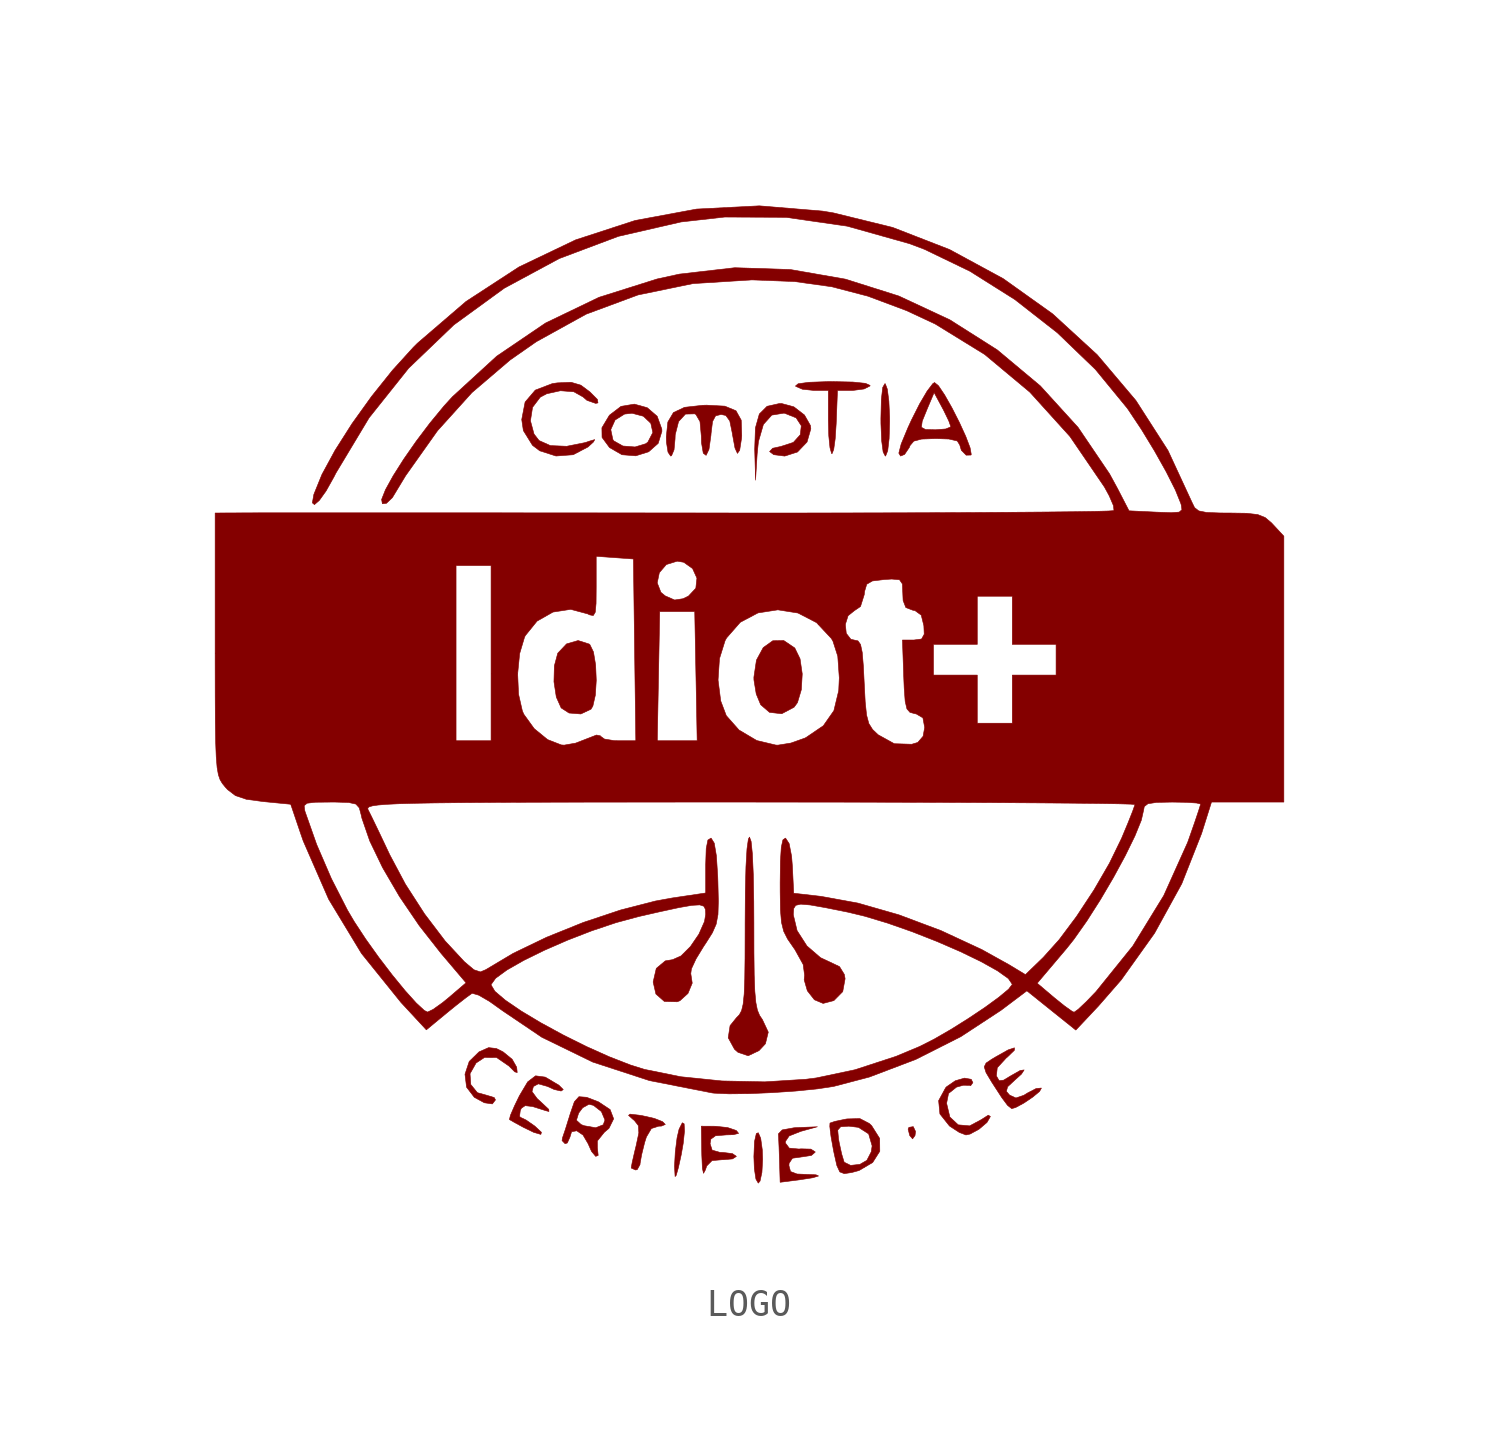
<source format=kicad_sym>
(kicad_symbol_lib
  (version 20220914)
  (generator "bitmap2component")
  (generator_version "9.0")
  (symbol "LOGO"
    (pin_names
      (offset 1.016))
    (property "Reference" "#G"
      (at 0 19.46 0)
      (effects (font (size 1.27 1.27)) hide))
    (symbol "LOGO_0_0"
      (polyline (pts (xy 0.387 -17.929) (xy 0.456 -17.612) (xy 0.482 -17.13) (xy 0.469 -16.779) (xy 0.411 -16.36) (xy 0.322 -16.156) (xy 0.251 -16.186) (xy 0.184 -16.477) (xy 0.161 -17.031) (xy 0.178 -17.475) (xy 0.236 -17.858) (xy 0.322 -18.005) (xy 0.387 -17.929)) (stroke (width 0.01) (type default)) (fill (type outline)))
      (polyline (pts (xy 1.808 -17.887) (xy 1.812 -17.887) (xy 2.321 -17.808) (xy 2.534 -17.743) (xy 2.441 -17.7) (xy 2.036 -17.683) (xy 1.742 -17.67) (xy 1.506 -17.58) (xy 1.447 -17.362) (xy 1.452 -17.279) (xy 1.576 -17.091) (xy 1.929 -17.041) (xy 1.935 -17.041) (xy 2.272 -16.989) (xy 2.411 -16.868) (xy 2.411 -16.858) (xy 2.253 -16.757) (xy 1.891 -16.747) (xy 1.815 -16.754) (xy 1.459 -16.721) (xy 1.32 -16.536) (xy 1.316 -16.479) (xy 1.456 -16.273) (xy 1.881 -16.105) (xy 2.492 -15.937) (xy 1.768 -15.966) (xy 1.632 -15.974) (xy 1.201 -16.052) (xy 1.061 -16.197) (xy 1.067 -16.3) (xy 1.084 -16.682) (xy 1.101 -17.186) (xy 1.125 -17.974) (xy 1.808 -17.887)) (stroke (width 0.01) (type default)) (fill (type outline)))
      (polyline (pts (xy -2.691 -17.722) (xy -2.609 -17.434) (xy -2.505 -16.96) (xy -2.433 -16.546) (xy -2.386 -16.096) (xy -2.399 -15.829) (xy -2.466 -15.79) (xy -2.585 -16.025) (xy -2.659 -16.344) (xy -2.724 -16.862) (xy -2.752 -17.39) (xy -2.731 -17.764) (xy -2.691 -17.722)) (stroke (width 0.01) (type default)) (fill (type outline)))
      (polyline (pts (xy -1.621 -17.523) (xy -1.568 -17.373) (xy -1.376 -17.178) (xy -0.994 -17.145) (xy -0.962 -17.146) (xy -0.622 -17.116) (xy -0.482 -17.024) (xy -0.482 -17.022) (xy -0.626 -16.922) (xy -0.965 -16.88) (xy -1.089 -16.876) (xy -1.371 -16.794) (xy -1.447 -16.558) (xy -1.42 -16.392) (xy -1.249 -16.267) (xy -0.844 -16.234) (xy -0.594 -16.227) (xy -0.401 -16.179) (xy -0.482 -16.076) (xy -0.803 -15.966) (xy -1.246 -15.918) (xy -1.768 -15.915) (xy -1.752 -16.92) (xy -1.751 -16.972) (xy -1.729 -17.464) (xy -1.687 -17.645) (xy -1.621 -17.523)) (stroke (width 0.01) (type default)) (fill (type outline)))
      (polyline (pts (xy 3.752 -17.616) (xy 4.02 -17.543) (xy 4.521 -17.248) (xy 4.782 -16.836) (xy 4.778 -16.366) (xy 4.483 -15.897) (xy 4.397 -15.816) (xy 4.05 -15.636) (xy 3.579 -15.649) (xy 3.51 -15.661) (xy 3.138 -15.738) (xy 2.954 -15.801) (xy 2.947 -15.922) (xy 2.963 -16.059) (xy 3.238 -16.059) (xy 3.347 -15.936) (xy 3.647 -15.915) (xy 3.998 -15.958) (xy 4.373 -16.198) (xy 4.501 -16.639) (xy 4.469 -16.856) (xy 4.308 -17.169) (xy 4.051 -17.317) (xy 3.711 -17.354) (xy 3.48 -17.24) (xy 3.467 -17.214) (xy 3.384 -16.939) (xy 3.292 -16.517) (xy 3.267 -16.379) (xy 3.238 -16.059) (xy 2.963 -16.059) (xy 2.99 -16.283) (xy 3.08 -16.788) (xy 3.1 -16.887) (xy 3.206 -17.359) (xy 3.314 -17.593) (xy 3.478 -17.657) (xy 3.752 -17.616)) (stroke (width 0.01) (type default)) (fill (type outline)))
      (polyline (pts (xy -4.121 -17.509) (xy -4.018 -17.322) (xy -4.016 -17.283) (xy -3.959 -16.96) (xy -3.85 -16.518) (xy -3.783 -16.308) (xy -3.601 -16.001) (xy -3.336 -15.915) (xy -3.231 -15.911) (xy -3.09 -15.852) (xy -3.193 -15.748) (xy -3.493 -15.63) (xy -3.939 -15.529) (xy -4.068 -15.509) (xy -4.384 -15.473) (xy -4.44 -15.518) (xy -4.279 -15.663) (xy -4.222 -15.71) (xy -4.078 -15.896) (xy -4.062 -16.163) (xy -4.159 -16.622) (xy -4.213 -16.842) (xy -4.304 -17.237) (xy -4.34 -17.433) (xy -4.336 -17.454) (xy -4.18 -17.523) (xy -4.121 -17.509)) (stroke (width 0.01) (type default)) (fill (type outline)))
      (polyline (pts (xy -5.554 -16.988) (xy -5.583 -16.709) (xy -5.584 -16.457) (xy -5.327 -16.137) (xy -5.16 -15.997) (xy -4.986 -15.645) (xy -5.116 -15.305) (xy -5.541 -15.023) (xy -5.977 -14.855) (xy -6.26 -14.833) (xy -6.428 -15.019) (xy -6.577 -15.45) (xy -6.622 -15.597) (xy -6.654 -15.698) (xy -6.353 -15.698) (xy -6.271 -15.435) (xy -6.123 -15.238) (xy -5.894 -15.111) (xy -5.729 -15.15) (xy -5.436 -15.379) (xy -5.305 -15.689) (xy -5.368 -15.863) (xy -5.647 -15.973) (xy -6.076 -15.897) (xy -6.183 -15.853) (xy -6.353 -15.698) (xy -6.654 -15.698) (xy -6.762 -16.044) (xy -6.861 -16.334) (xy -6.88 -16.443) (xy -6.769 -16.558) (xy -6.687 -16.531) (xy -6.591 -16.317) (xy -6.53 -16.119) (xy -6.341 -16.084) (xy -6.11 -16.241) (xy -5.924 -16.558) (xy -5.798 -16.841) (xy -5.645 -17.023) (xy -5.554 -16.988)) (stroke (width 0.01) (type default)) (fill (type outline)))
      (polyline (pts (xy 6.075 -16.259) (xy 6.094 -16.109) (xy 6.011 -15.932) (xy 5.852 -15.958) (xy 5.822 -16.022) (xy 5.881 -16.258) (xy 5.986 -16.38) (xy 6.075 -16.259)) (stroke (width 0.01) (type default)) (fill (type outline)))
      (polyline (pts (xy -7.637 -16.14) (xy -7.877 -15.915) (xy -7.886 -15.908) (xy -8.199 -15.69) (xy -8.395 -15.597) (xy -8.441 -15.557) (xy -8.413 -15.34) (xy -8.371 -15.254) (xy -8.234 -15.162) (xy -7.963 -15.193) (xy -7.475 -15.347) (xy -7.362 -15.375) (xy -7.369 -15.297) (xy -7.633 -15.049) (xy -7.793 -14.903) (xy -7.984 -14.643) (xy -7.931 -14.458) (xy -7.752 -14.361) (xy -7.423 -14.453) (xy -7.166 -14.569) (xy -6.914 -14.625) (xy -6.836 -14.57) (xy -6.997 -14.41) (xy -7.002 -14.407) (xy -7.497 -14.114) (xy -7.852 -14.067) (xy -8.141 -14.288) (xy -8.444 -14.797) (xy -8.621 -15.161) (xy -8.774 -15.515) (xy -8.812 -15.669) (xy -8.806 -15.674) (xy -8.619 -15.783) (xy -8.279 -15.968) (xy -7.913 -16.144) (xy -7.658 -16.217) (xy -7.637 -16.14)) (stroke (width 0.01) (type default)) (fill (type outline)))
      (polyline (pts (xy 8.096 -16.204) (xy 8.424 -16.026) (xy 8.716 -15.778) (xy 8.842 -15.56) (xy 8.765 -15.511) (xy 8.548 -15.649) (xy 8.537 -15.659) (xy 8.081 -15.904) (xy 7.661 -15.866) (xy 7.354 -15.579) (xy 7.234 -15.074) (xy 7.306 -14.714) (xy 7.596 -14.482) (xy 7.85 -14.412) (xy 8.078 -14.416) (xy 8.117 -14.43) (xy 8.199 -14.317) (xy 8.138 -14.195) (xy 7.892 -14.151) (xy 7.554 -14.248) (xy 7.234 -14.468) (xy 7.199 -14.505) (xy 6.942 -14.978) (xy 6.989 -15.466) (xy 7.336 -15.903) (xy 7.358 -15.921) (xy 7.7 -16.144) (xy 7.944 -16.237) (xy 8.096 -16.204)) (stroke (width 0.01) (type default)) (fill (type outline)))
      (polyline (pts (xy 9.77 -15.229) (xy 10.072 -15.066) (xy 10.398 -14.846) (xy 10.646 -14.64) (xy 10.714 -14.518) (xy 10.711 -14.516) (xy 10.52 -14.534) (xy 10.203 -14.698) (xy 10.07 -14.781) (xy 9.779 -14.88) (xy 9.546 -14.774) (xy 9.427 -14.637) (xy 9.475 -14.467) (xy 9.757 -14.206) (xy 9.983 -14.002) (xy 10.08 -13.85) (xy 9.932 -13.873) (xy 9.561 -14.084) (xy 9.327 -14.226) (xy 9.162 -14.245) (xy 9.061 -14.068) (xy 9.094 -13.77) (xy 9.421 -13.414) (xy 9.47 -13.373) (xy 9.724 -13.126) (xy 9.723 -13.039) (xy 9.492 -13.116) (xy 9.055 -13.361) (xy 8.879 -13.466) (xy 8.684 -13.598) (xy 8.616 -13.737) (xy 8.683 -13.95) (xy 8.896 -14.306) (xy 9.262 -14.87) (xy 9.473 -15.152) (xy 9.624 -15.271) (xy 9.77 -15.229)) (stroke (width 0.01) (type default)) (fill (type outline)))
      (polyline (pts (xy -9.324 -14.951) (xy -9.37 -14.864) (xy -9.613 -14.79) (xy -9.989 -14.685) (xy -10.231 -14.385) (xy -10.258 -13.989) (xy -10.036 -13.596) (xy -9.727 -13.393) (xy -9.282 -13.396) (xy -8.832 -13.705) (xy -8.616 -13.921) (xy -8.526 -13.947) (xy -8.546 -13.75) (xy -8.712 -13.459) (xy -9.044 -13.188) (xy -9.291 -13.064) (xy -9.576 -13.032) (xy -9.927 -13.187) (xy -9.928 -13.188) (xy -10.287 -13.539) (xy -10.443 -14.008) (xy -10.385 -14.484) (xy -10.101 -14.855) (xy -9.732 -15.056) (xy -9.438 -15.098) (xy -9.324 -14.951)) (stroke (width 0.01) (type default)) (fill (type outline)))
      (polyline (pts (xy -0.002 -14.72) (xy 0.856 -14.683) (xy 1.722 -14.623) (xy 2.498 -14.545) (xy 3.089 -14.455) (xy 4.4 -14.111) (xy 6.104 -13.464) (xy 7.753 -12.631) (xy 9.23 -11.663) (xy 10.181 -10.947) (xy 11.079 -11.668) (xy 11.977 -12.388) (xy 12.809 -11.504) (xy 13.645 -10.545) (xy 14.867 -8.833) (xy 15.866 -7.016) (xy 16.594 -5.171) (xy 16.957 -4.019) (xy 18.285 -4.019) (xy 19.613 -4.019) (xy 19.613 0.861) (xy 19.613 5.74) (xy 19.218 6.166) (xy 19.157 6.231) (xy 18.927 6.425) (xy 18.654 6.534) (xy 18.245 6.581) (xy 17.607 6.591) (xy 17.271 6.592) (xy 16.777 6.611) (xy 16.49 6.668) (xy 16.336 6.789) (xy 16.236 6.994) (xy 15.36 8.886) (xy 14.183 10.72) (xy 12.762 12.4) (xy 11.128 13.899) (xy 9.312 15.194) (xy 7.344 16.261) (xy 5.254 17.073) (xy 3.074 17.608) (xy 2.679 17.673) (xy 0.361 17.865) (xy -1.941 17.747) (xy -4.198 17.328) (xy -6.38 16.617) (xy -8.459 15.623) (xy -10.404 14.356) (xy -12.187 12.824) (xy -12.336 12.676) (xy -13.104 11.83) (xy -13.87 10.873) (xy -14.588 9.873) (xy -15.21 8.895) (xy -15.693 8.006) (xy -15.99 7.274) (xy -16.045 6.964) (xy -15.968 6.899) (xy -15.789 7.054) (xy -15.54 7.403) (xy -15.252 7.917) (xy -15.184 8.052) (xy -13.962 10.086) (xy -12.511 11.905) (xy -10.851 13.496) (xy -9.001 14.842) (xy -6.981 15.931) (xy -4.812 16.746) (xy -2.512 17.274) (xy -0.906 17.455) (xy 1.339 17.444) (xy 3.589 17.119) (xy 5.868 16.478) (xy 6.425 16.268) (xy 8.09 15.465) (xy 9.739 14.426) (xy 11.299 13.206) (xy 12.697 11.86) (xy 13.859 10.444) (xy 13.907 10.377) (xy 14.387 9.656) (xy 14.865 8.87) (xy 15.296 8.102) (xy 15.633 7.433) (xy 15.83 6.945) (xy 15.847 6.886) (xy 15.872 6.711) (xy 15.772 6.624) (xy 15.482 6.603) (xy 14.936 6.623) (xy 13.931 6.671) (xy 13.508 7.49) (xy 13.216 8.027) (xy 12.06 9.734) (xy 10.674 11.257) (xy 9.093 12.579) (xy 7.351 13.684) (xy 5.482 14.555) (xy 3.521 15.175) (xy 1.502 15.527) (xy -0.54 15.594) (xy -2.572 15.36) (xy -3.391 15.181) (xy -5.526 14.507) (xy -7.486 13.564) (xy -9.277 12.348) (xy -10.905 10.857) (xy -11.214 10.518) (xy -11.727 9.896) (xy -12.231 9.229) (xy -12.693 8.566) (xy -13.08 7.955) (xy -13.361 7.446) (xy -13.503 7.088) (xy -13.475 6.93) (xy -13.326 6.947) (xy -13.109 7.154) (xy -12.623 7.958) (xy -11.452 9.61) (xy -10.187 11.011) (xy -8.784 12.209) (xy -7.822 12.88) (xy -5.996 13.889) (xy -4.092 14.595) (xy -2.077 15.011) (xy 0.08 15.147) (xy 0.108 15.147) (xy 1.65 15.087) (xy 3.02 14.896) (xy 4.349 14.549) (xy 5.767 14.018) (xy 6.817 13.528) (xy 8.634 12.409) (xy 10.29 11.026) (xy 11.762 9.399) (xy 13.027 7.546) (xy 13.203 7.224) (xy 13.359 6.861) (xy 13.378 6.68) (xy 13.375 6.678) (xy 13.169 6.664) (xy 12.667 6.65) (xy 11.892 6.638) (xy 10.866 6.627) (xy 9.611 6.617) (xy 8.151 6.608) (xy 6.508 6.601) (xy 4.704 6.596) (xy 2.764 6.592) (xy 0.708 6.591) (xy -1.439 6.592) (xy -3.568 6.594) (xy -5.701 6.595) (xy -7.748 6.596) (xy -9.683 6.598) (xy -11.479 6.598) (xy -13.111 6.599) (xy -14.552 6.599) (xy -15.776 6.599) (xy -16.756 6.599) (xy -17.468 6.599) (xy -17.884 6.598) (xy -19.613 6.591) (xy -19.613 1.777) (xy -19.613 1.447) (xy -10.771 1.447) (xy -10.771 4.662) (xy -10.128 4.662) (xy -9.485 4.662) (xy -9.485 1.447) (xy -9.485 0.686) (xy -8.51 0.686) (xy -8.437 1.429) (xy -8.257 2.033) (xy -8.23 2.088) (xy -7.798 2.622) (xy -7.212 2.955) (xy -6.562 3.055) (xy -5.938 2.888) (xy -5.869 2.853) (xy -5.735 2.827) (xy -5.662 2.948) (xy -5.632 3.273) (xy -5.627 3.862) (xy -5.627 5.002) (xy -4.943 4.953) (xy -4.26 4.903) (xy -4.249 4.027) (xy -3.387 4.027) (xy -3.309 4.401) (xy -3.052 4.7) (xy -2.652 4.823) (xy -2.414 4.783) (xy -2.089 4.552) (xy -1.93 4.2) (xy -1.97 3.83) (xy -2.24 3.542) (xy -2.44 3.445) (xy -2.748 3.398) (xy -3.095 3.55) (xy -3.252 3.68) (xy -3.387 4.027) (xy -4.249 4.027) (xy -4.217 1.567) (xy -4.173 -1.768) (xy -3.385 -1.768) (xy -3.34 0.603) (xy -3.296 2.974) (xy -2.652 2.974) (xy -2.01 2.974) (xy -1.965 0.603) (xy -1.962 0.461) (xy -1.154 0.461) (xy -1.102 1.246) (xy -0.897 1.904) (xy -0.84 2.007) (xy -0.338 2.58) (xy 0.312 2.924) (xy 1.041 3.037) (xy 1.779 2.92) (xy 2.457 2.569) (xy 2.521 2.502) (xy 3.518 2.502) (xy 3.618 2.82) (xy 3.849 3.006) (xy 4.074 3.159) (xy 4.211 3.593) (xy 4.224 3.714) (xy 4.303 3.976) (xy 4.511 4.097) (xy 4.943 4.149) (xy 5.222 4.167) (xy 5.506 4.142) (xy 5.612 3.988) (xy 5.627 3.638) (xy 5.638 3.38) (xy 5.738 3.122) (xy 5.988 3.025) (xy 6.076 3.008) (xy 6.304 2.842) (xy 6.4 2.452) (xy 6.413 2.141) (xy 6.316 1.966) (xy 6.032 1.929) (xy 5.614 1.929) (xy 5.659 0.643) (xy 6.752 0.643) (xy 6.752 1.206) (xy 6.752 1.768) (xy 7.556 1.768) (xy 8.36 1.768) (xy 8.36 2.652) (xy 8.36 3.537) (xy 9.002 3.537) (xy 9.646 3.537) (xy 9.646 2.652) (xy 9.646 1.768) (xy 10.449 1.768) (xy 11.253 1.768) (xy 11.253 1.206) (xy 11.253 0.643) (xy 10.449 0.643) (xy 9.646 0.643) (xy 9.646 -0.241) (xy 9.646 -1.125) (xy 9.002 -1.125) (xy 8.36 -1.125) (xy 8.36 -0.241) (xy 8.36 0.643) (xy 7.556 0.643) (xy 6.752 0.643) (xy 5.659 0.643) (xy 5.66 0.603) (xy 5.678 0.165) (xy 5.714 -0.323) (xy 5.778 -0.598) (xy 5.89 -0.726) (xy 6.069 -0.775) (xy 6.121 -0.784) (xy 6.364 -0.927) (xy 6.43 -1.28) (xy 6.372 -1.604) (xy 6.176 -1.831) (xy 5.955 -1.897) (xy 5.315 -1.877) (xy 4.72 -1.548) (xy 4.516 -1.353) (xy 4.38 -1.136) (xy 4.297 -0.825) (xy 4.247 -0.345) (xy 4.209 0.381) (xy 4.18 0.962) (xy 4.138 1.472) (xy 4.076 1.765) (xy 3.981 1.898) (xy 3.839 1.929) (xy 3.72 1.957) (xy 3.552 2.173) (xy 3.518 2.502) (xy 2.521 2.502) (xy 3.006 1.984) (xy 3.063 1.886) (xy 3.24 1.334) (xy 3.296 0.541) (xy 3.275 0.074) (xy 3.097 -0.664) (xy 2.71 -1.217) (xy 2.078 -1.647) (xy 2.034 -1.67) (xy 1.52 -1.853) (xy 1.045 -1.929) (xy 0.97 -1.927) (xy 0.267 -1.76) (xy -0.384 -1.375) (xy -0.852 -0.847) (xy -1.056 -0.308) (xy -1.154 0.461) (xy -1.962 0.461) (xy -1.921 -1.768) (xy -2.652 -1.768) (xy -3.385 -1.768) (xy -4.173 -1.768) (xy -4.819 -1.768) (xy -4.967 -1.764) (xy -5.323 -1.706) (xy -5.466 -1.603) (xy -5.468 -1.589) (xy -5.615 -1.558) (xy -5.94 -1.684) (xy -6.38 -1.855) (xy -6.803 -1.929) (xy -6.909 -1.921) (xy -7.41 -1.726) (xy -7.901 -1.325) (xy -8.282 -0.798) (xy -8.336 -0.677) (xy -8.477 -0.061) (xy -8.51 0.686) (xy -9.485 0.686) (xy -9.485 -1.768) (xy -10.128 -1.768) (xy -10.771 -1.768) (xy -10.771 1.447) (xy -19.613 1.447) (xy -19.613 1.124) (xy -19.611 -0.113) (xy -19.606 -1.082) (xy -19.594 -1.82) (xy -19.573 -2.364) (xy -19.541 -2.751) (xy -19.494 -3.018) (xy -19.43 -3.202) (xy -19.346 -3.34) (xy -19.241 -3.469) (xy -19.155 -3.563) (xy -18.865 -3.784) (xy -18.466 -3.917) (xy -17.854 -4) (xy -16.839 -4.099) (xy -16.821 -4.152) (xy -16.346 -4.152) (xy -16.238 -4.061) (xy -15.939 -4.025) (xy -15.383 -4.019) (xy -15.194 -4.019) (xy -14.711 -4.034) (xy -14.447 -4.093) (xy -14.322 -4.231) (xy -14.309 -4.28) (xy -14.008 -4.28) (xy -14.008 -4.234) (xy -13.958 -4.193) (xy -13.84 -4.158) (xy -13.635 -4.128) (xy -13.322 -4.102) (xy -12.882 -4.081) (xy -12.295 -4.064) (xy -11.543 -4.05) (xy -10.606 -4.04) (xy -9.464 -4.032) (xy -8.098 -4.026) (xy -6.488 -4.022) (xy -4.615 -4.02) (xy -2.459 -4.019) (xy -0.001 -4.019) (xy 1.895 -4.02) (xy 3.913 -4.022) (xy 5.816 -4.027) (xy 7.581 -4.033) (xy 9.185 -4.04) (xy 10.606 -4.049) (xy 11.819 -4.059) (xy 12.803 -4.07) (xy 13.534 -4.082) (xy 13.99 -4.095) (xy 14.147 -4.108) (xy 14.144 -4.125) (xy 14.062 -4.358) (xy 13.89 -4.791) (xy 13.658 -5.346) (xy 13.653 -5.357) (xy 13.211 -6.264) (xy 12.642 -7.247) (xy 12.006 -8.213) (xy 11.367 -9.068) (xy 10.784 -9.718) (xy 10.129 -10.352) (xy 9.526 -9.988) (xy 8.526 -9.432) (xy 7.032 -8.738) (xy 5.485 -8.158) (xy 3.982 -7.727) (xy 2.62 -7.479) (xy 1.622 -7.365) (xy 1.575 -6.388) (xy 1.545 -6.008) (xy 1.455 -5.543) (xy 1.326 -5.345) (xy 1.317 -5.342) (xy 1.226 -5.408) (xy 1.167 -5.677) (xy 1.135 -6.188) (xy 1.125 -6.981) (xy 1.126 -7.319) (xy 1.136 -7.98) (xy 1.174 -8.434) (xy 1.255 -8.761) (xy 1.397 -9.043) (xy 1.616 -9.361) (xy 1.668 -9.435) (xy 1.97 -9.98) (xy 2.022 -10.375) (xy 2.007 -10.544) (xy 2.123 -10.945) (xy 2.382 -11.275) (xy 2.702 -11.409) (xy 3.096 -11.306) (xy 3.422 -10.976) (xy 3.509 -10.503) (xy 3.48 -10.344) (xy 3.304 -10.059) (xy 2.902 -9.868) (xy 2.608 -9.731) (xy 2.109 -9.301) (xy 1.747 -8.738) (xy 1.608 -8.156) (xy 1.608 -8.121) (xy 1.622 -7.927) (xy 1.696 -7.809) (xy 1.882 -7.766) (xy 2.231 -7.796) (xy 2.792 -7.895) (xy 3.617 -8.061) (xy 4.219 -8.206) (xy 5.071 -8.462) (xy 5.977 -8.78) (xy 6.883 -9.136) (xy 7.741 -9.508) (xy 8.497 -9.874) (xy 9.101 -10.211) (xy 9.501 -10.496) (xy 9.619 -10.668) (xy 10.56 -10.668) (xy 11.639 -9.393) (xy 11.903 -9.062) (xy 12.379 -8.387) (xy 12.876 -7.608) (xy 13.358 -6.788) (xy 13.793 -5.986) (xy 14.146 -5.264) (xy 14.382 -4.683) (xy 14.468 -4.304) (xy 14.49 -4.184) (xy 14.624 -4.08) (xy 14.943 -4.031) (xy 15.513 -4.019) (xy 16.028 -4.028) (xy 16.412 -4.054) (xy 16.558 -4.09) (xy 16.556 -4.105) (xy 16.485 -4.334) (xy 16.338 -4.771) (xy 16.14 -5.336) (xy 16.081 -5.501) (xy 15.205 -7.45) (xy 14.067 -9.304) (xy 12.721 -10.972) (xy 12.366 -11.341) (xy 12.066 -11.625) (xy 11.914 -11.733) (xy 11.836 -11.696) (xy 11.564 -11.503) (xy 11.188 -11.2) (xy 10.56 -10.668) (xy 9.619 -10.668) (xy 9.646 -10.707) (xy 9.645 -10.71) (xy 9.508 -10.888) (xy 9.153 -11.183) (xy 8.643 -11.555) (xy 8.036 -11.961) (xy 7.395 -12.363) (xy 6.779 -12.719) (xy 6.248 -12.988) (xy 5.369 -13.355) (xy 3.874 -13.843) (xy 2.457 -14.143) (xy 2.063 -14.194) (xy 0.56 -14.288) (xy -1.01 -14.255) (xy -2.524 -14.1) (xy -3.858 -13.83) (xy -4.368 -13.67) (xy -5.147 -13.367) (xy -5.99 -12.989) (xy -6.843 -12.564) (xy -7.657 -12.121) (xy -8.38 -11.688) (xy -8.959 -11.293) (xy -9.345 -10.965) (xy -9.485 -10.731) (xy -9.484 -10.717) (xy -9.318 -10.485) (xy -8.903 -10.182) (xy -8.289 -9.832) (xy -7.529 -9.459) (xy -6.676 -9.087) (xy -5.782 -8.741) (xy -4.898 -8.445) (xy -4.078 -8.223) (xy -3.296 -8.045) (xy -2.59 -7.892) (xy -2.115 -7.809) (xy -1.825 -7.793) (xy -1.674 -7.843) (xy -1.617 -7.959) (xy -1.608 -8.137) (xy -1.651 -8.401) (xy -1.857 -8.867) (xy -2.167 -9.32) (xy -2.513 -9.665) (xy -2.821 -9.803) (xy -3.091 -9.848) (xy -3.421 -10.123) (xy -3.537 -10.623) (xy -3.435 -11.064) (xy -3.125 -11.337) (xy -2.657 -11.349) (xy -2.555 -11.311) (xy -2.258 -11.042) (xy -2.102 -10.664) (xy -2.155 -10.313) (xy -2.132 -10.14) (xy -1.963 -9.776) (xy -1.682 -9.315) (xy -1.596 -9.187) (xy -1.363 -8.817) (xy -1.224 -8.501) (xy -1.157 -8.146) (xy -1.143 -7.657) (xy -1.16 -6.941) (xy -1.166 -6.761) (xy -1.215 -5.992) (xy -1.294 -5.526) (xy -1.407 -5.345) (xy -1.415 -5.343) (xy -1.527 -5.413) (xy -1.589 -5.725) (xy -1.608 -6.317) (xy -1.608 -7.356) (xy -2.838 -7.539) (xy -3.448 -7.65) (xy -4.734 -7.981) (xy -6.1 -8.437) (xy -7.446 -8.98) (xy -8.673 -9.571) (xy -9.68 -10.171) (xy -9.876 -10.253) (xy -10.114 -10.174) (xy -10.462 -9.882) (xy -11.171 -9.118) (xy -11.925 -8.126) (xy -12.629 -7.034) (xy -13.207 -5.948) (xy -13.351 -5.642) (xy -13.637 -5.04) (xy -13.866 -4.566) (xy -13.999 -4.3) (xy -14.008 -4.28) (xy -14.309 -4.28) (xy -14.256 -4.479) (xy -14.226 -4.613) (xy -13.938 -5.447) (xy -13.466 -6.427) (xy -12.848 -7.485) (xy -12.121 -8.554) (xy -11.325 -9.568) (xy -10.405 -10.653) (xy -11.03 -11.188) (xy -11.262 -11.378) (xy -11.61 -11.627) (xy -11.816 -11.727) (xy -11.935 -11.668) (xy -12.232 -11.394) (xy -12.639 -10.942) (xy -13.113 -10.364) (xy -13.611 -9.713) (xy -14.091 -9.041) (xy -14.511 -8.401) (xy -14.758 -7.981) (xy -15.348 -6.826) (xy -15.888 -5.574) (xy -16.309 -4.381) (xy -16.326 -4.323) (xy -16.346 -4.152) (xy -16.821 -4.152) (xy -16.485 -5.144) (xy -16.381 -5.444) (xy -15.447 -7.584) (xy -14.242 -9.575) (xy -12.792 -11.374) (xy -11.861 -12.379) (xy -11.115 -11.763) (xy -10.774 -11.486) (xy -10.404 -11.197) (xy -10.191 -11.044) (xy -10.174 -11.038) (xy -9.938 -11.107) (xy -9.544 -11.335) (xy -9.065 -11.677) (xy -7.621 -12.652) (xy -5.757 -13.561) (xy -3.674 -14.241) (xy -1.367 -14.695) (xy -1.299 -14.703) (xy -0.753 -14.728) (xy -0.002 -14.72)) (stroke (width 0.01) (type default)) (fill (type outline)))
      (polyline (pts (xy 0.281 8.759) (xy 0.328 9.213) (xy 0.51 9.841) (xy 0.819 10.185) (xy 1.262 10.256) (xy 1.291 10.252) (xy 1.712 10.084) (xy 1.901 9.793) (xy 1.864 9.464) (xy 1.61 9.183) (xy 1.146 9.032) (xy 0.851 8.968) (xy 0.737 8.847) (xy 0.89 8.732) (xy 1.286 8.681) (xy 1.295 8.681) (xy 1.761 8.83) (xy 2.112 9.197) (xy 2.251 9.681) (xy 2.236 9.803) (xy 2.018 10.187) (xy 1.628 10.488) (xy 1.178 10.61) (xy 1.097 10.609) (xy 0.646 10.509) (xy 0.361 10.225) (xy 0.217 9.714) (xy 0.191 8.937) (xy 0.222 7.797) (xy 0.281 8.759)) (stroke (width 0.01) (type default)) (fill (type outline)))
      (polyline (pts (xy -6.471 8.73) (xy -5.926 9.016) (xy -5.726 9.2) (xy -5.681 9.285) (xy -5.868 9.231) (xy -6.028 9.176) (xy -6.71 9.04) (xy -7.308 9.065) (xy -7.724 9.251) (xy -7.909 9.49) (xy -8.04 9.976) (xy -7.963 10.47) (xy -7.681 10.842) (xy -7.443 10.968) (xy -6.938 11.079) (xy -6.448 11.041) (xy -6.109 10.851) (xy -5.965 10.726) (xy -5.647 10.615) (xy -5.562 10.632) (xy -5.582 10.759) (xy -5.857 11.035) (xy -6.19 11.283) (xy -6.548 11.389) (xy -7.056 11.367) (xy -7.239 11.34) (xy -7.862 11.102) (xy -8.236 10.664) (xy -8.36 10.022) (xy -8.3 9.616) (xy -7.965 9.076) (xy -7.699 8.874) (xy -7.103 8.683) (xy -6.471 8.73)) (stroke (width 0.01) (type default)) (fill (type outline)))
      (polyline (pts (xy -3.702 8.838) (xy -3.352 9.147) (xy -3.215 9.59) (xy -3.219 9.674) (xy -3.389 10.143) (xy -3.755 10.457) (xy -4.226 10.587) (xy -4.715 10.506) (xy -5.133 10.187) (xy -5.156 10.157) (xy -5.417 9.72) (xy -5.416 9.653) (xy -5.092 9.653) (xy -4.933 10.005) (xy -4.586 10.222) (xy -4.31 10.253) (xy -3.896 10.143) (xy -3.623 9.884) (xy -3.548 9.544) (xy -3.73 9.195) (xy -3.805 9.135) (xy -4.2 9.015) (xy -4.647 9.05) (xy -4.977 9.236) (xy -5.015 9.287) (xy -5.092 9.653) (xy -5.416 9.653) (xy -5.412 9.366) (xy -5.144 9.002) (xy -5.129 8.988) (xy -4.681 8.73) (xy -4.175 8.69) (xy -3.702 8.838)) (stroke (width 0.01) (type default)) (fill (type outline)))
      (polyline (pts (xy -2.861 8.694) (xy -2.77 8.909) (xy -2.733 9.304) (xy -2.727 9.462) (xy -2.603 9.948) (xy -2.35 10.222) (xy -2.012 10.231) (xy -1.969 10.21) (xy -1.817 9.948) (xy -1.768 9.409) (xy -1.762 9.17) (xy -1.697 8.787) (xy -1.593 8.707) (xy -1.487 8.928) (xy -1.415 9.445) (xy -1.411 9.508) (xy -1.356 9.95) (xy -1.246 10.157) (xy -1.045 10.208) (xy -0.87 10.172) (xy -0.724 9.972) (xy -0.633 9.528) (xy -0.626 9.479) (xy -0.533 8.975) (xy -0.443 8.779) (xy -0.36 8.896) (xy -0.293 9.329) (xy -0.285 9.433) (xy -0.304 9.998) (xy -0.496 10.344) (xy -0.905 10.513) (xy -1.577 10.549) (xy -1.724 10.544) (xy -2.384 10.47) (xy -2.791 10.279) (xy -2.997 9.931) (xy -3.054 9.385) (xy -3.048 9.186) (xy -2.991 8.825) (xy -2.894 8.681) (xy -2.861 8.694)) (stroke (width 0.01) (type default)) (fill (type outline)))
      (polyline (pts (xy 3.091 8.922) (xy 3.145 9.312) (xy 3.182 9.872) (xy 3.229 11.092) (xy 3.775 11.092) (xy 3.818 11.093) (xy 4.207 11.144) (xy 4.421 11.253) (xy 4.426 11.274) (xy 4.257 11.35) (xy 3.793 11.398) (xy 3.054 11.414) (xy 2.862 11.413) (xy 2.184 11.389) (xy 1.786 11.335) (xy 1.688 11.253) (xy 1.699 11.239) (xy 1.94 11.135) (xy 2.341 11.092) (xy 2.894 11.092) (xy 2.894 9.994) (xy 2.894 9.994) (xy 2.91 9.424) (xy 2.954 8.986) (xy 3.014 8.774) (xy 3.029 8.768) (xy 3.091 8.922)) (stroke (width 0.01) (type default)) (fill (type outline)))
      (polyline (pts (xy 4.997 8.685) (xy 5.074 8.879) (xy 5.125 9.324) (xy 5.144 9.958) (xy 5.143 10.116) (xy 5.115 10.702) (xy 5.059 11.136) (xy 4.984 11.334) (xy 4.97 11.339) (xy 4.89 11.2) (xy 4.84 10.765) (xy 4.823 10.057) (xy 4.824 9.873) (xy 4.85 9.248) (xy 4.905 8.832) (xy 4.984 8.681) (xy 4.997 8.685)) (stroke (width 0.01) (type default)) (fill (type outline)))
      (polyline (pts (xy 5.693 8.742) (xy 5.868 9.002) (xy 5.892 9.067) (xy 6.031 9.229) (xy 6.319 9.305) (xy 6.843 9.324) (xy 7.319 9.307) (xy 7.626 9.235) (xy 7.716 9.092) (xy 7.776 8.893) (xy 7.953 8.714) (xy 8.129 8.719) (xy 8.14 8.741) (xy 8.097 8.983) (xy 7.938 9.402) (xy 7.702 9.918) (xy 7.43 10.453) (xy 7.161 10.927) (xy 6.935 11.263) (xy 6.792 11.38) (xy 6.728 11.338) (xy 6.52 11.065) (xy 6.245 10.598) (xy 5.947 10.007) (xy 5.823 9.737) (xy 6.309 9.737) (xy 6.34 9.964) (xy 6.523 10.414) (xy 6.776 11.012) (xy 7.079 10.449) (xy 7.137 10.339) (xy 7.314 9.973) (xy 7.388 9.766) (xy 7.384 9.75) (xy 7.202 9.676) (xy 6.832 9.646) (xy 6.822 9.646) (xy 6.459 9.656) (xy 6.309 9.737) (xy 5.823 9.737) (xy 5.809 9.706) (xy 5.567 9.123) (xy 5.481 8.788) (xy 5.545 8.681) (xy 5.693 8.742)) (stroke (width 0.01) (type default)) (fill (type outline)))
      (polyline (pts (xy 0.349 -13.142) (xy 0.585 -12.889) (xy 0.689 -12.463) (xy 0.473 -12.002) (xy 0.372 -11.853) (xy 0.29 -11.656) (xy 0.233 -11.374) (xy 0.195 -10.96) (xy 0.173 -10.368) (xy 0.163 -9.548) (xy 0.161 -8.455) (xy 0.157 -7.671) (xy 0.139 -6.665) (xy 0.106 -5.922) (xy 0.059 -5.463) (xy 0 -5.305) (xy -0.041 -5.376) (xy -0.092 -5.737) (xy -0.13 -6.389) (xy -0.153 -7.311) (xy -0.161 -8.485) (xy -0.161 -8.706) (xy -0.164 -9.744) (xy -0.174 -10.514) (xy -0.195 -11.062) (xy -0.233 -11.433) (xy -0.29 -11.673) (xy -0.372 -11.826) (xy -0.482 -11.939) (xy -0.713 -12.226) (xy -0.781 -12.67) (xy -0.551 -13.09) (xy -0.421 -13.205) (xy -0.048 -13.33) (xy 0.349 -13.142)) (stroke (width 0.01) (type default)) (fill (type outline)))
      (polyline (pts (xy -5.819 -0.611) (xy -5.749 -0.494) (xy -5.657 -0.09) (xy -5.624 0.451) (xy -5.648 1.015) (xy -5.727 1.49) (xy -5.859 1.761) (xy -5.886 1.782) (xy -6.29 1.91) (xy -6.714 1.787) (xy -7.036 1.447) (xy -7.038 1.444) (xy -7.162 0.983) (xy -7.177 0.398) (xy -7.091 -0.165) (xy -6.913 -0.563) (xy -6.624 -0.75) (xy -6.19 -0.785) (xy -5.819 -0.611)) (stroke (width 0.01) (type default)) (fill (type outline)))
      (polyline (pts (xy 1.635 -0.538) (xy 1.761 -0.367) (xy 1.903 0.108) (xy 1.936 0.686) (xy 1.856 1.238) (xy 1.663 1.635) (xy 1.662 1.637) (xy 1.258 1.91) (xy 0.855 1.902) (xy 0.504 1.651) (xy 0.255 1.192) (xy 0.161 0.563) (xy 0.163 0.464) (xy 0.247 -0.051) (xy 0.411 -0.447) (xy 0.735 -0.726) (xy 1.183 -0.777) (xy 1.635 -0.538)) (stroke (width 0.01) (type default)) (fill (type outline))))))
</source>
